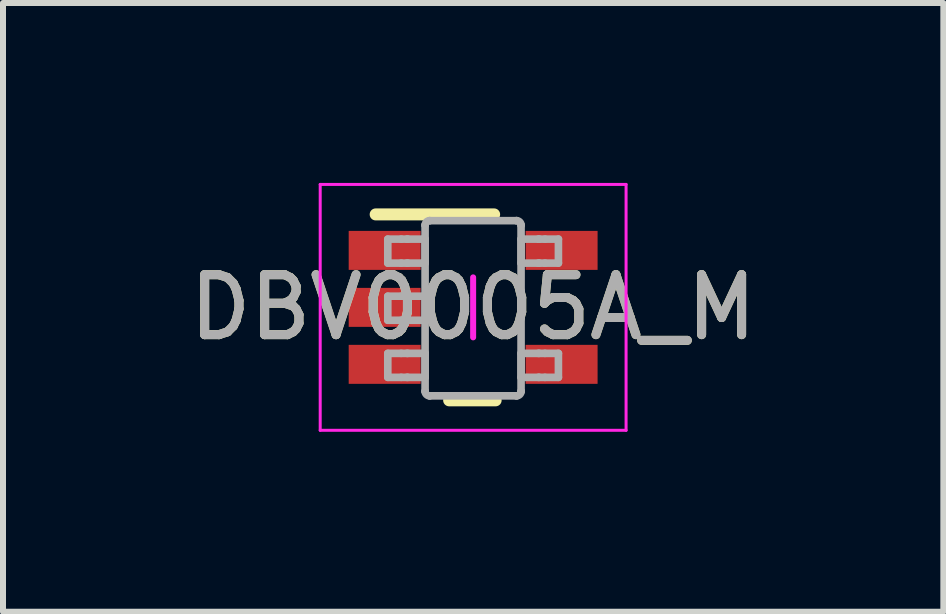
<source format=kicad_pcb>
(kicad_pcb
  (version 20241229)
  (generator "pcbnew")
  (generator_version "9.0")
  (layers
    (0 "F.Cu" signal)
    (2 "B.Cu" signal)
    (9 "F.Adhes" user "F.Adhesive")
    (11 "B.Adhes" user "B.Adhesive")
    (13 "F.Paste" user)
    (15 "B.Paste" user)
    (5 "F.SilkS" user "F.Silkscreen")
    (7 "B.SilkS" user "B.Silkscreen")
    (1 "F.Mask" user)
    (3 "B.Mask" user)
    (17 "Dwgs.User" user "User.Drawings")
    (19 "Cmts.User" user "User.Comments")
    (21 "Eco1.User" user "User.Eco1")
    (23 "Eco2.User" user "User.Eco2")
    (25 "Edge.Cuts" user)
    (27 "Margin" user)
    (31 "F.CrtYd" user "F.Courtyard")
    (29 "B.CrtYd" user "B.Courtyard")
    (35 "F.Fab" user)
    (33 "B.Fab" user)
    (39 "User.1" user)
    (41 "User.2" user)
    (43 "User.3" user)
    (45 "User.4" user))
  (footprint "DBV0005A_M"
    (layer "F.Cu")
    (at 4.839 2.075)
    (property "Reference" "DBV0005A_M" (at 0 0 0) (unlocked yes) (layer "F.SilkS") (effects (font (size 1 1) (thickness 0.15))))
    (attr smd)
    (fp_line (start -1.625 -1.55) (end 0.35 -1.55) (stroke (width 0.2) (type solid)) (layer "F.SilkS"))
    (fp_line (start -0.4 1.55) (end 0.375 1.55) (stroke (width 0.2) (type solid)) (layer "F.SilkS"))
    (fp_line (start -2.55 -2.05) (end 2.55 -2.05) (stroke (width 0.05) (type solid)) (layer "F.CrtYd"))
    (fp_line (start -2.55 2.05) (end -2.55 -2.05) (stroke (width 0.05) (type solid)) (layer "F.CrtYd"))
    (fp_line (start -2.55 2.05) (end 2.55 2.05) (stroke (width 0.05) (type solid)) (layer "F.CrtYd"))
    (fp_line (start 0 0.5) (end 0 -0.5) (stroke (width 0.1) (type solid)) (layer "F.CrtYd"))
    (fp_line (start 2.55 2.05) (end 2.55 -2.05) (stroke (width 0.05) (type solid)) (layer "F.CrtYd"))
    (fp_line (start -1.423 -1.138) (end -1.199 -1.138) (stroke (width 0.127) (type solid)) (layer "F.Fab"))
    (fp_line (start -1.423 -0.738) (end -1.423 -1.138) (stroke (width 0.127) (type solid)) (layer "F.Fab"))
    (fp_line (start -1.423 -0.738) (end -1.199 -0.738) (stroke (width 0.127) (type solid)) (layer "F.Fab"))
    (fp_line (start -1.423 -0.186) (end -1.199 -0.186) (stroke (width 0.127) (type solid)) (layer "F.Fab"))
    (fp_line (start -1.423 0.215) (end -1.423 -0.186) (stroke (width 0.127) (type solid)) (layer "F.Fab"))
    (fp_line (start -1.423 0.215) (end -1.199 0.215) (stroke (width 0.127) (type solid)) (layer "F.Fab"))
    (fp_line (start -1.423 0.767) (end -1.199 0.767) (stroke (width 0.127) (type solid)) (layer "F.Fab"))
    (fp_line (start -1.423 1.167) (end -1.423 0.767) (stroke (width 0.127) (type solid)) (layer "F.Fab"))
    (fp_line (start -1.423 1.167) (end -1.199 1.167) (stroke (width 0.127) (type solid)) (layer "F.Fab"))
    (fp_line (start -1.199 -1.138) (end -1.105 -1.138) (stroke (width 0.127) (type solid)) (layer "F.Fab"))
    (fp_line (start -1.199 -0.738) (end -1.105 -0.738) (stroke (width 0.127) (type solid)) (layer "F.Fab"))
    (fp_line (start -1.199 -0.186) (end -1.105 -0.186) (stroke (width 0.127) (type solid)) (layer "F.Fab"))
    (fp_line (start -1.199 0.215) (end -1.105 0.215) (stroke (width 0.127) (type solid)) (layer "F.Fab"))
    (fp_line (start -1.199 0.767) (end -1.105 0.767) (stroke (width 0.127) (type solid)) (layer "F.Fab"))
    (fp_line (start -1.199 1.167) (end -1.105 1.167) (stroke (width 0.127) (type solid)) (layer "F.Fab"))
    (fp_line (start -1.105 -1.138) (end -1.088 -1.138) (stroke (width 0.127) (type solid)) (layer "F.Fab"))
    (fp_line (start -1.105 -0.738) (end -1.088 -0.738) (stroke (width 0.127) (type solid)) (layer "F.Fab"))
    (fp_line (start -1.105 -0.186) (end -1.088 -0.186) (stroke (width 0.127) (type solid)) (layer "F.Fab"))
    (fp_line (start -1.105 0.215) (end -1.088 0.215) (stroke (width 0.127) (type solid)) (layer "F.Fab"))
    (fp_line (start -1.105 0.767) (end -1.088 0.767) (stroke (width 0.127) (type solid)) (layer "F.Fab"))
    (fp_line (start -1.105 1.167) (end -1.088 1.167) (stroke (width 0.127) (type solid)) (layer "F.Fab"))
    (fp_line (start -1.088 -1.138) (end -0.835 -1.138) (stroke (width 0.127) (type solid)) (layer "F.Fab"))
    (fp_line (start -1.088 -0.738) (end -0.835 -0.738) (stroke (width 0.127) (type solid)) (layer "F.Fab"))
    (fp_line (start -1.088 -0.186) (end -0.835 -0.186) (stroke (width 0.127) (type solid)) (layer "F.Fab"))
    (fp_line (start -1.088 0.215) (end -0.835 0.215) (stroke (width 0.127) (type solid)) (layer "F.Fab"))
    (fp_line (start -1.088 0.767) (end -0.835 0.767) (stroke (width 0.127) (type solid)) (layer "F.Fab"))
    (fp_line (start -1.088 1.167) (end -0.835 1.167) (stroke (width 0.127) (type solid)) (layer "F.Fab"))
    (fp_line (start -0.835 -1.138) (end -0.801 -1.138) (stroke (width 0.127) (type solid)) (layer "F.Fab"))
    (fp_line (start -0.835 -0.738) (end -0.801 -0.738) (stroke (width 0.127) (type solid)) (layer "F.Fab"))
    (fp_line (start -0.835 -0.186) (end -0.801 -0.186) (stroke (width 0.127) (type solid)) (layer "F.Fab"))
    (fp_line (start -0.835 0.215) (end -0.801 0.215) (stroke (width 0.127) (type solid)) (layer "F.Fab"))
    (fp_line (start -0.835 0.767) (end -0.801 0.767) (stroke (width 0.127) (type solid)) (layer "F.Fab"))
    (fp_line (start -0.835 1.167) (end -0.801 1.167) (stroke (width 0.127) (type solid)) (layer "F.Fab"))
    (fp_line (start -0.801 -1.37) (end -0.801 -1.371) (stroke (width 0.127) (type solid)) (layer "F.Fab"))
    (fp_line (start -0.801 -0.738) (end -0.801 -1.138) (stroke (width 0.127) (type solid)) (layer "F.Fab"))
    (fp_line (start -0.801 0.215) (end -0.801 -0.186) (stroke (width 0.127) (type solid)) (layer "F.Fab"))
    (fp_line (start -0.801 1.167) (end -0.801 0.767) (stroke (width 0.127) (type solid)) (layer "F.Fab"))
    (fp_line (start -0.801 1.399) (end -0.801 -1.37) (stroke (width 0.127) (type solid)) (layer "F.Fab"))
    (fp_line (start -0.801 1.4) (end -0.801 1.399) (stroke (width 0.127) (type solid)) (layer "F.Fab"))
    (fp_line (start -0.725 -1.446) (end -0.725 -1.446) (stroke (width 0.127) (type solid)) (layer "F.Fab"))
    (fp_line (start -0.725 1.475) (end -0.725 1.475) (stroke (width 0.127) (type solid)) (layer "F.Fab"))
    (fp_line (start -0.725 -1.446) (end 0.723 -1.446) (stroke (width 0.127) (type solid)) (layer "F.Fab"))
    (fp_line (start -0.725 1.475) (end 0.723 1.475) (stroke (width 0.127) (type solid)) (layer "F.Fab"))
    (fp_line (start 0.723 -1.446) (end 0.724 -1.446) (stroke (width 0.127) (type solid)) (layer "F.Fab"))
    (fp_line (start 0.723 1.475) (end 0.724 1.475) (stroke (width 0.127) (type solid)) (layer "F.Fab"))
    (fp_line (start 0.799 -1.37) (end 0.799 -1.371) (stroke (width 0.127) (type solid)) (layer "F.Fab"))
    (fp_line (start 0.799 -1.138) (end 0.834 -1.138) (stroke (width 0.127) (type solid)) (layer "F.Fab"))
    (fp_line (start 0.799 -0.738) (end 0.799 -1.138) (stroke (width 0.127) (type solid)) (layer "F.Fab"))
    (fp_line (start 0.799 -0.738) (end 0.834 -0.738) (stroke (width 0.127) (type solid)) (layer "F.Fab"))
    (fp_line (start 0.799 0.767) (end 0.834 0.767) (stroke (width 0.127) (type solid)) (layer "F.Fab"))
    (fp_line (start 0.799 1.167) (end 0.799 0.767) (stroke (width 0.127) (type solid)) (layer "F.Fab"))
    (fp_line (start 0.799 1.167) (end 0.834 1.167) (stroke (width 0.127) (type solid)) (layer "F.Fab"))
    (fp_line (start 0.799 1.399) (end 0.799 -1.37) (stroke (width 0.127) (type solid)) (layer "F.Fab"))
    (fp_line (start 0.799 1.4) (end 0.799 1.399) (stroke (width 0.127) (type solid)) (layer "F.Fab"))
    (fp_line (start 0.834 -1.138) (end 1.087 -1.138) (stroke (width 0.127) (type solid)) (layer "F.Fab"))
    (fp_line (start 0.834 -0.738) (end 1.087 -0.738) (stroke (width 0.127) (type solid)) (layer "F.Fab"))
    (fp_line (start 0.834 0.767) (end 1.087 0.767) (stroke (width 0.127) (type solid)) (layer "F.Fab"))
    (fp_line (start 0.834 1.167) (end 1.087 1.167) (stroke (width 0.127) (type solid)) (layer "F.Fab"))
    (fp_line (start 1.087 -1.138) (end 1.103 -1.138) (stroke (width 0.127) (type solid)) (layer "F.Fab"))
    (fp_line (start 1.087 -0.738) (end 1.103 -0.738) (stroke (width 0.127) (type solid)) (layer "F.Fab"))
    (fp_line (start 1.087 0.767) (end 1.103 0.767) (stroke (width 0.127) (type solid)) (layer "F.Fab"))
    (fp_line (start 1.087 1.167) (end 1.103 1.167) (stroke (width 0.127) (type solid)) (layer "F.Fab"))
    (fp_line (start 1.103 -1.138) (end 1.198 -1.138) (stroke (width 0.127) (type solid)) (layer "F.Fab"))
    (fp_line (start 1.103 -0.738) (end 1.198 -0.738) (stroke (width 0.127) (type solid)) (layer "F.Fab"))
    (fp_line (start 1.103 0.767) (end 1.198 0.767) (stroke (width 0.127) (type solid)) (layer "F.Fab"))
    (fp_line (start 1.103 1.167) (end 1.198 1.167) (stroke (width 0.127) (type solid)) (layer "F.Fab"))
    (fp_line (start 1.198 -1.138) (end 1.422 -1.138) (stroke (width 0.127) (type solid)) (layer "F.Fab"))
    (fp_line (start 1.198 -0.738) (end 1.422 -0.738) (stroke (width 0.127) (type solid)) (layer "F.Fab"))
    (fp_line (start 1.198 0.767) (end 1.422 0.767) (stroke (width 0.127) (type solid)) (layer "F.Fab"))
    (fp_line (start 1.198 1.167) (end 1.422 1.167) (stroke (width 0.127) (type solid)) (layer "F.Fab"))
    (fp_line (start 1.422 -0.738) (end 1.422 -1.138) (stroke (width 0.127) (type solid)) (layer "F.Fab"))
    (fp_line (start 1.422 1.167) (end 1.422 0.767) (stroke (width 0.127) (type solid)) (layer "F.Fab"))
    (fp_arc (start -0.80074 -1.37084) (mid -0.778218 -1.423887) (end -0.724999 -1.445998) (stroke (width 0.127) (type solid)) (layer "F.Fab"))
    (fp_arc (start -0.724999 1.475) (mid -0.778213 1.452901) (end -0.80074 1.399867) (stroke (width 0.127) (type solid)) (layer "F.Fab"))
    (fp_arc (start 0.723714 -1.445998) (mid 0.776933 -1.423887) (end 0.799455 -1.37084) (stroke (width 0.127) (type solid)) (layer "F.Fab"))
    (fp_arc (start 0.799455 1.399868) (mid 0.776927 1.452901) (end 0.723713 1.475) (stroke (width 0.127) (type solid)) (layer "F.Fab"))
    (fp_text user "${REFERENCE}" (at 0 0 0) (unlocked yes) (layer "F.Fab") (effects (font (size 1 1) (thickness 0.15))))
    (pad "1" smd rect (at -1.475 -0.95 90) (size 0.65 1.2) (layers "F.Cu" "F.Mask" "F.Paste"))
    (pad "2" smd rect (at -1.475 0 90) (size 0.65 1.2) (layers "F.Cu" "F.Mask" "F.Paste"))
    (pad "3" smd rect (at -1.475 0.95 90) (size 0.65 1.2) (layers "F.Cu" "F.Mask" "F.Paste"))
    (pad "4" smd rect (at 1.475 0.95 90) (size 0.65 1.2) (layers "F.Cu" "F.Mask" "F.Paste"))
    (pad "5" smd rect (at 1.475 -0.95 90) (size 0.65 1.2) (layers "F.Cu" "F.Mask" "F.Paste")))
  (gr_rect
    (start -3 -3)
    (end 12.679 7.15)
    (stroke (width 0.1) (type default))
    (fill no)
    (layer "Edge.Cuts")))
</source>
